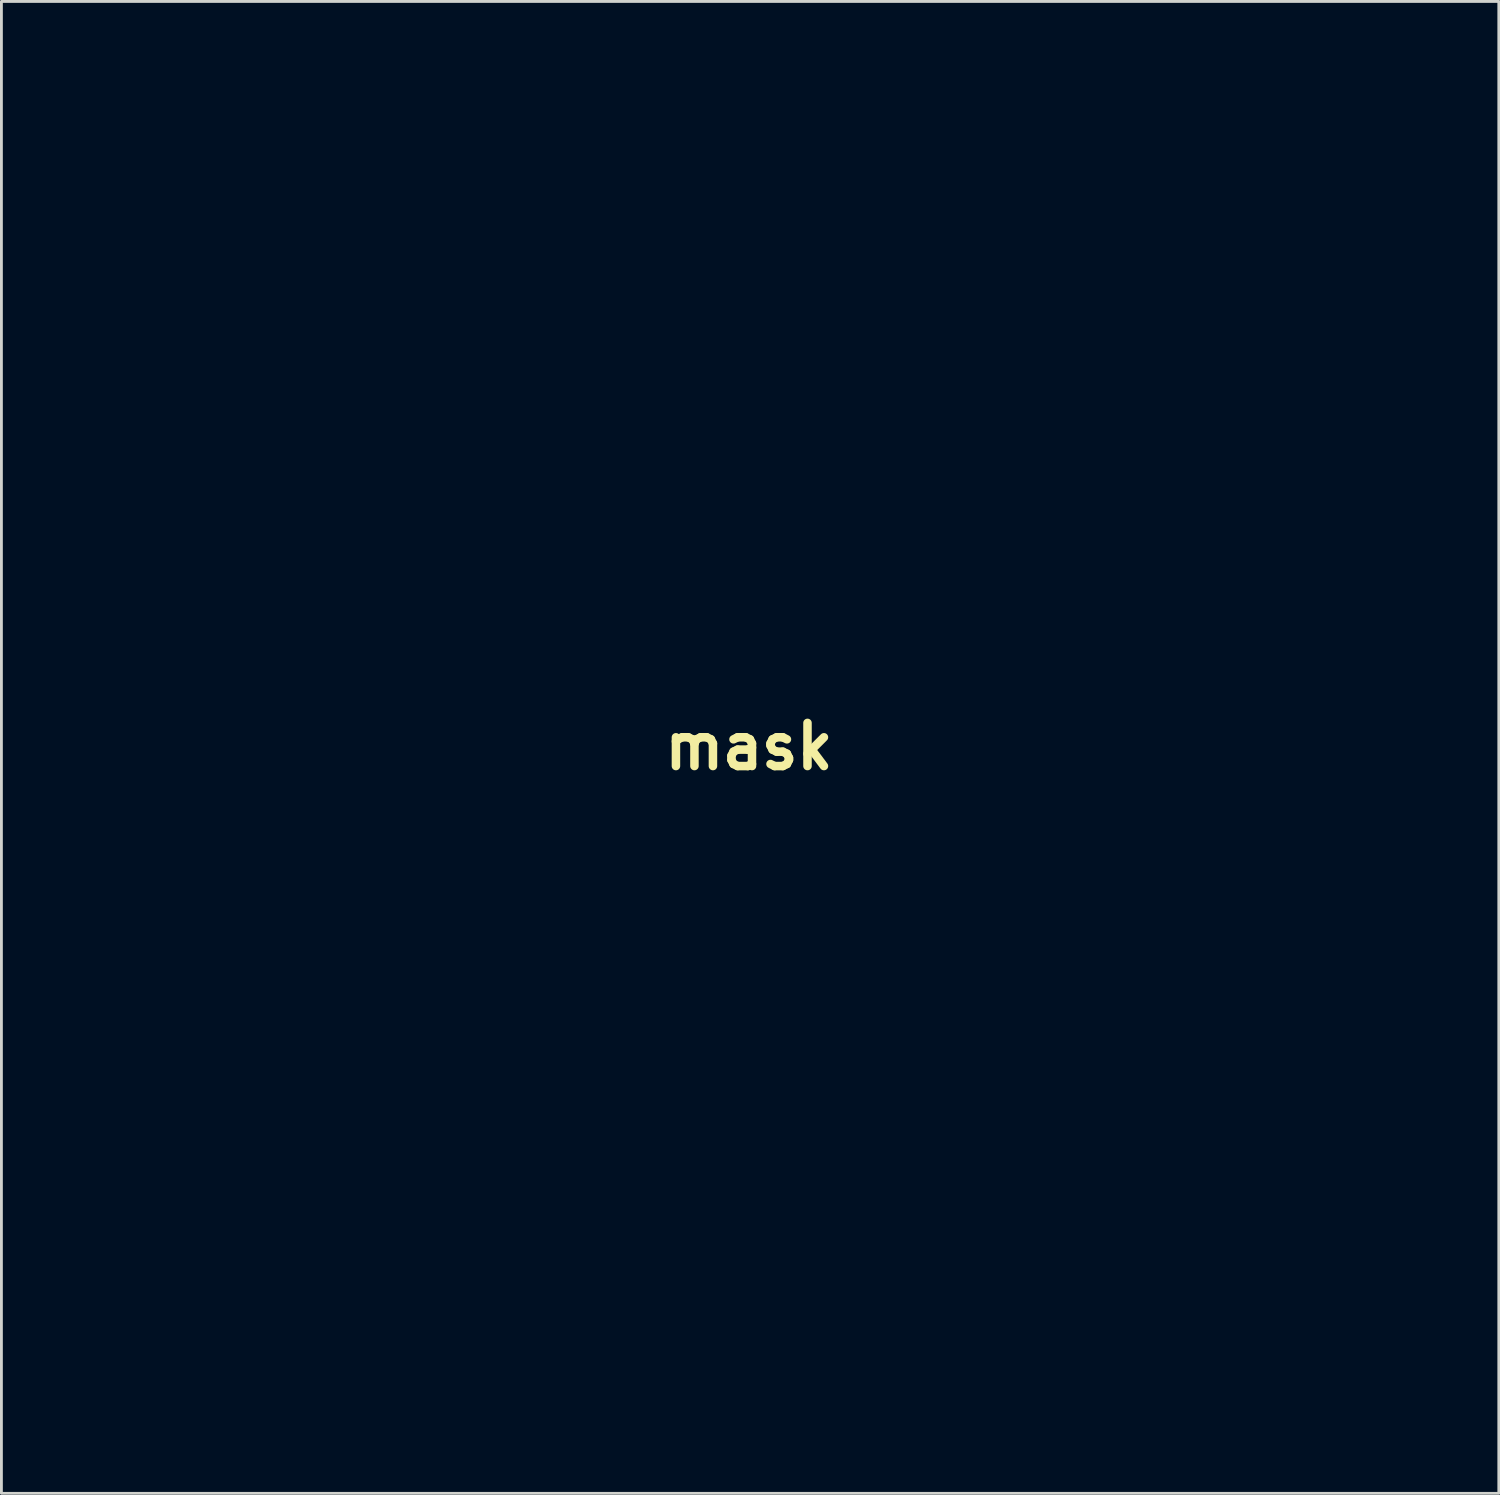
<source format=kicad_pcb>
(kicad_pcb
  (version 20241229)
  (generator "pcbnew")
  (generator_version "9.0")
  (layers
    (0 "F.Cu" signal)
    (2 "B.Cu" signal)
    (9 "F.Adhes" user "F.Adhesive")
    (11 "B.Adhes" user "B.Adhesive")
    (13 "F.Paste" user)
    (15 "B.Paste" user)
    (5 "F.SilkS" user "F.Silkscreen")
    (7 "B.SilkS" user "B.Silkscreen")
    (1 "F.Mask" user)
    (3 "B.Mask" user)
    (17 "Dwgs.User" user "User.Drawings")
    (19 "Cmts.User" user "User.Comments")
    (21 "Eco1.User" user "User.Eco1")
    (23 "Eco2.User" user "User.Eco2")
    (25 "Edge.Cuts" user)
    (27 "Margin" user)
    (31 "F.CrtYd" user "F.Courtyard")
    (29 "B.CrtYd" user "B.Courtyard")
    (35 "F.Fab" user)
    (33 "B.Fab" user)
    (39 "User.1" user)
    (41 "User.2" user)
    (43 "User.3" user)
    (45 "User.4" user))
  (footprint "mask"
    (layer "F.Cu")
    (at 23.391 23.307)
    (property "Reference" "mask" (at 0 0 0) (layer "F.SilkS") (effects (font (size 1.524 1.524) (thickness 0.3))))
    (attr board_only exclude_from_pos_files exclude_from_bom)
    (fp_poly (pts (xy 4.176 -23.301) (xy 5.154 -23.276) (xy 6.022 -23.23) (xy 6.729 -23.165) (xy 7.223 -23.082) (xy 7.259 -23.072) (xy 8.392 -22.667) (xy 9.568 -22.083) (xy 10.688 -21.373) (xy 11.518 -20.716) (xy 11.844 -20.455) (xy 12.107 -20.292) (xy 12.194 -20.265) (xy 12.369 -20.323) (xy 12.737 -20.483) (xy 13.25 -20.722) (xy 13.861 -21.02) (xy 14.119 -21.149) (xy 15.381 -21.74) (xy 16.49 -22.16) (xy 17.491 -22.421) (xy 18.431 -22.535) (xy 19.198 -22.526) (xy 20.264 -22.365) (xy 21.122 -22.037) (xy 21.781 -21.529) (xy 22.254 -20.833) (xy 22.55 -19.938) (xy 22.659 -19.174) (xy 22.637 -17.975) (xy 22.388 -16.674) (xy 21.919 -15.301) (xy 21.239 -13.884) (xy 21.012 -13.483) (xy 20.737 -12.987) (xy 20.526 -12.555) (xy 20.412 -12.257) (xy 20.401 -12.19) (xy 20.484 -11.945) (xy 20.697 -11.603) (xy 20.849 -11.407) (xy 21.531 -10.515) (xy 22.152 -9.539) (xy 22.675 -8.551) (xy 23.061 -7.621) (xy 23.233 -7.026) (xy 23.304 -6.593) (xy 23.373 -5.974) (xy 23.432 -5.256) (xy 23.471 -4.573) (xy 23.476 -2.496) (xy 23.322 -0.245) (xy 23.02 2.14) (xy 22.579 4.622) (xy 22.007 7.162) (xy 21.315 9.72) (xy 20.512 12.26) (xy 19.608 14.741) (xy 18.611 17.126) (xy 17.746 18.953) (xy 17.353 19.71) (xy 16.929 20.485) (xy 16.497 21.236) (xy 16.082 21.923) (xy 15.71 22.506) (xy 15.403 22.944) (xy 15.188 23.197) (xy 15.138 23.235) (xy 14.657 23.366) (xy 14.219 23.238) (xy 14.051 23.103) (xy 13.982 23.025) (xy 13.926 22.923) (xy 13.881 22.773) (xy 13.846 22.546) (xy 13.821 22.217) (xy 13.803 21.758) (xy 13.792 21.142) (xy 13.785 20.344) (xy 13.782 19.337) (xy 13.781 18.093) (xy 13.781 17.714) (xy 13.75 14.274) (xy 13.657 11.079) (xy 13.499 8.111) (xy 13.276 5.351) (xy 12.987 2.781) (xy 12.629 0.383) (xy 12.281 -1.478) (xy 12.123 -2.179) (xy 11.953 -2.702) (xy 11.745 -3.048) (xy 11.473 -3.219) (xy 11.108 -3.219) (xy 10.624 -3.05) (xy 9.994 -2.714) (xy 9.19 -2.214) (xy 8.576 -1.811) (xy 7.697 -1.229) (xy 7.016 -0.784) (xy 6.505 -0.461) (xy 6.14 -0.245) (xy 5.894 -0.123) (xy 5.739 -0.08) (xy 5.65 -0.101) (xy 5.6 -0.172) (xy 5.594 -0.187) (xy 5.603 -0.401) (xy 5.696 -0.788) (xy 5.852 -1.273) (xy 5.889 -1.374) (xy 6.129 -2.206) (xy 6.262 -3.084) (xy 6.286 -3.933) (xy 6.196 -4.678) (xy 6.033 -5.162) (xy 5.649 -5.645) (xy 5.069 -5.987) (xy 4.334 -6.184) (xy 3.483 -6.228) (xy 2.557 -6.113) (xy 1.689 -5.866) (xy 1.038 -5.635) (xy 0.599 -5.494) (xy 0.331 -5.436) (xy 0.192 -5.455) (xy 0.143 -5.544) (xy 0.139 -5.625) (xy 0.213 -5.808) (xy 0.417 -6.178) (xy 0.728 -6.698) (xy 1.125 -7.332) (xy 1.585 -8.042) (xy 1.761 -8.308) (xy 2.239 -9.04) (xy 2.661 -9.71) (xy 3.004 -10.283) (xy 3.248 -10.72) (xy 3.368 -10.984) (xy 3.378 -11.029) (xy 3.308 -11.379) (xy 3.078 -11.657) (xy 2.654 -11.884) (xy 2.005 -12.082) (xy 1.689 -12.154) (xy 0.031 -12.471) (xy -1.855 -12.76) (xy -3.928 -13.016) (xy -6.148 -13.237) (xy -8.475 -13.42) (xy -10.867 -13.562) (xy -13.283 -13.661) (xy -15.684 -13.713) (xy -18.029 -13.716) (xy -19.607 -13.687) (xy -22.702 -13.603) (xy -23.038 -13.918) (xy -23.312 -14.252) (xy -23.391 -14.579) (xy -23.263 -14.92) (xy -22.917 -15.295) (xy -22.338 -15.725) (xy -21.725 -16.108) (xy -18.859 -17.672) (xy -15.795 -19.074) (xy -12.556 -20.307) (xy -9.166 -21.362) (xy -5.649 -22.231) (xy -2.03 -22.908) (xy -0.54 -23.125) (xy 0.208 -23.202) (xy 1.106 -23.258) (xy 2.101 -23.293) (xy 3.142 -23.307)) (stroke (width 0) (type solid)) (fill yes) (layer "F.Mask"))
    (fp_poly (pts (xy 4.176 -23.301) (xy 5.154 -23.276) (xy 6.022 -23.23) (xy 6.729 -23.165) (xy 7.223 -23.082) (xy 7.259 -23.072) (xy 8.392 -22.667) (xy 9.568 -22.083) (xy 10.688 -21.373) (xy 11.518 -20.716) (xy 11.844 -20.455) (xy 12.107 -20.292) (xy 12.194 -20.265) (xy 12.369 -20.323) (xy 12.737 -20.483) (xy 13.25 -20.722) (xy 13.861 -21.02) (xy 14.119 -21.149) (xy 15.381 -21.74) (xy 16.49 -22.16) (xy 17.491 -22.421) (xy 18.431 -22.535) (xy 19.198 -22.526) (xy 20.264 -22.365) (xy 21.122 -22.037) (xy 21.781 -21.529) (xy 22.254 -20.833) (xy 22.55 -19.938) (xy 22.659 -19.174) (xy 22.637 -17.975) (xy 22.388 -16.674) (xy 21.919 -15.301) (xy 21.239 -13.884) (xy 21.012 -13.483) (xy 20.737 -12.987) (xy 20.526 -12.555) (xy 20.412 -12.257) (xy 20.401 -12.19) (xy 20.484 -11.945) (xy 20.697 -11.603) (xy 20.849 -11.407) (xy 21.531 -10.515) (xy 22.152 -9.539) (xy 22.675 -8.551) (xy 23.061 -7.621) (xy 23.233 -7.026) (xy 23.304 -6.593) (xy 23.373 -5.974) (xy 23.432 -5.256) (xy 23.471 -4.573) (xy 23.476 -2.496) (xy 23.322 -0.245) (xy 23.02 2.14) (xy 22.579 4.622) (xy 22.007 7.162) (xy 21.315 9.72) (xy 20.512 12.26) (xy 19.608 14.741) (xy 18.611 17.126) (xy 17.746 18.953) (xy 17.353 19.71) (xy 16.929 20.485) (xy 16.497 21.236) (xy 16.082 21.923) (xy 15.71 22.506) (xy 15.403 22.944) (xy 15.188 23.197) (xy 15.138 23.235) (xy 14.657 23.366) (xy 14.219 23.238) (xy 14.051 23.103) (xy 13.982 23.025) (xy 13.926 22.923) (xy 13.881 22.773) (xy 13.846 22.546) (xy 13.821 22.217) (xy 13.803 21.758) (xy 13.792 21.142) (xy 13.785 20.344) (xy 13.782 19.337) (xy 13.781 18.093) (xy 13.781 17.714) (xy 13.75 14.274) (xy 13.657 11.079) (xy 13.499 8.111) (xy 13.276 5.351) (xy 12.987 2.781) (xy 12.629 0.383) (xy 12.281 -1.478) (xy 12.123 -2.179) (xy 11.953 -2.702) (xy 11.745 -3.048) (xy 11.473 -3.219) (xy 11.108 -3.219) (xy 10.624 -3.05) (xy 9.994 -2.714) (xy 9.19 -2.214) (xy 8.576 -1.811) (xy 7.697 -1.229) (xy 7.016 -0.784) (xy 6.505 -0.461) (xy 6.14 -0.245) (xy 5.894 -0.123) (xy 5.739 -0.08) (xy 5.65 -0.101) (xy 5.6 -0.172) (xy 5.594 -0.187) (xy 5.603 -0.401) (xy 5.696 -0.788) (xy 5.852 -1.273) (xy 5.889 -1.374) (xy 6.129 -2.206) (xy 6.262 -3.084) (xy 6.286 -3.933) (xy 6.196 -4.678) (xy 6.033 -5.162) (xy 5.649 -5.645) (xy 5.069 -5.987) (xy 4.334 -6.184) (xy 3.483 -6.228) (xy 2.557 -6.113) (xy 1.689 -5.866) (xy 1.038 -5.635) (xy 0.599 -5.494) (xy 0.331 -5.436) (xy 0.192 -5.455) (xy 0.143 -5.544) (xy 0.139 -5.625) (xy 0.213 -5.808) (xy 0.417 -6.178) (xy 0.728 -6.698) (xy 1.125 -7.332) (xy 1.585 -8.042) (xy 1.761 -8.308) (xy 2.239 -9.04) (xy 2.661 -9.71) (xy 3.004 -10.283) (xy 3.248 -10.72) (xy 3.368 -10.984) (xy 3.378 -11.029) (xy 3.308 -11.379) (xy 3.078 -11.657) (xy 2.654 -11.884) (xy 2.005 -12.082) (xy 1.689 -12.154) (xy 0.031 -12.471) (xy -1.855 -12.76) (xy -3.928 -13.016) (xy -6.148 -13.237) (xy -8.475 -13.42) (xy -10.867 -13.562) (xy -13.283 -13.661) (xy -15.684 -13.713) (xy -18.029 -13.716) (xy -19.607 -13.687) (xy -22.702 -13.603) (xy -23.038 -13.918) (xy -23.312 -14.252) (xy -23.391 -14.579) (xy -23.263 -14.92) (xy -22.917 -15.295) (xy -22.338 -15.725) (xy -21.725 -16.108) (xy -18.859 -17.672) (xy -15.795 -19.074) (xy -12.556 -20.307) (xy -9.166 -21.362) (xy -5.649 -22.231) (xy -2.03 -22.908) (xy -0.54 -23.125) (xy 0.208 -23.202) (xy 1.106 -23.258) (xy 2.101 -23.293) (xy 3.142 -23.307)) (stroke (width 0) (type solid)) (fill yes) (layer "B.Mask")))
  (gr_rect
    (start -3 -3)
    (end 49.867 49.674)
    (stroke (width 0.1) (type default))
    (fill no)
    (layer "Edge.Cuts")))
</source>
